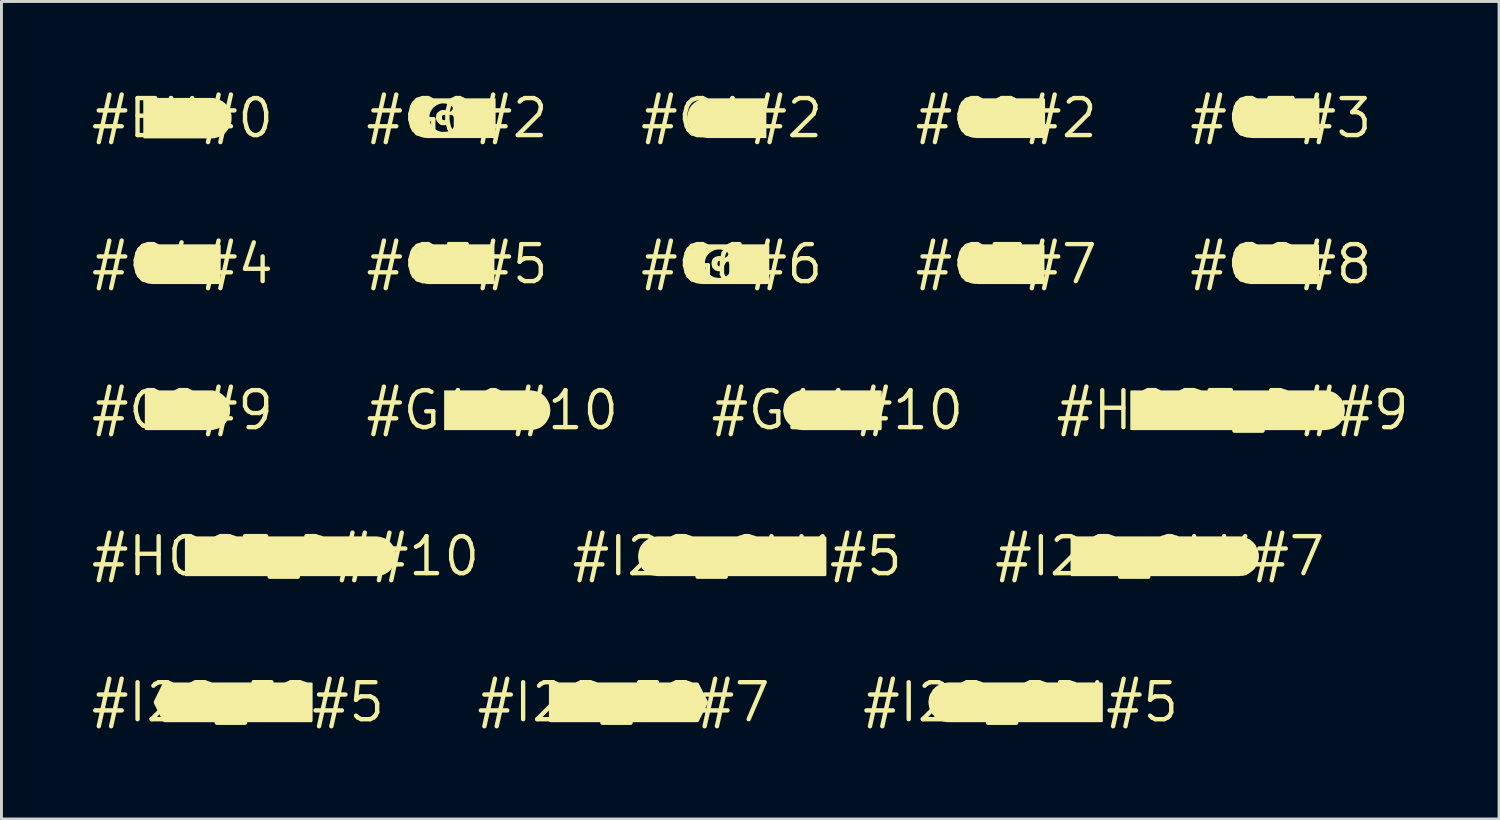
<source format=kicad_pcb>
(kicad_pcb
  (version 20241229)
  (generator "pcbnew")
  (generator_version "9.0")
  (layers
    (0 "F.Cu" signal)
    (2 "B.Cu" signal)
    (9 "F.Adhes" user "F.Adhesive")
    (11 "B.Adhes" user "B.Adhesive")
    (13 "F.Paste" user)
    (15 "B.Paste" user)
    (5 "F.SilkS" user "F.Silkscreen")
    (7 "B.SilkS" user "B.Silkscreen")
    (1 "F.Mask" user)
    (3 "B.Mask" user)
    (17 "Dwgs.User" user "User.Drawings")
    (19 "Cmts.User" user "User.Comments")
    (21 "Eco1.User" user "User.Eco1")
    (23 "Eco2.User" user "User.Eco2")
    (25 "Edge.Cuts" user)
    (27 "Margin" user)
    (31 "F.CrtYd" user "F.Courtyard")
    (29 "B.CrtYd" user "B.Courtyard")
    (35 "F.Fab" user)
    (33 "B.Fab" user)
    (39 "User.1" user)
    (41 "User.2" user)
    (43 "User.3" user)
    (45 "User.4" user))
  (footprint "#I2S_FS#7"
    (layer "F.Cu")
    (at 18.353 21.056)
    (property "Reference" "#I2S_FS#7" (at 0 0 0) (layer "F.SilkS") (effects (font (size 1.27 1.27) (thickness 0.15))))
    (fp_poly (pts (xy -2.186 -0.578) (xy -2.224 -0.682) (xy 2.52 -0.682) (xy 2.572 -0.662) (xy 2.882 -0.051) (xy 2.903 0.01) (xy 2.572 0.672) (xy 2.5 0.682) (xy -2.51 0.682) (xy -2.562 0.662) (xy -2.562 -0.62) (xy -2.552 -0.682) (xy -2.228 -0.682)) (stroke (width 0) (type solid)) (fill yes) (layer "F.SilkS")))
  (footprint "#G6#6"
    (layer "F.Cu")
    (at 22.063 6.019)
    (property "Reference" "#G6#6" (at 0 0 0) (layer "F.SilkS") (effects (font (size 1.27 1.27) (thickness 0.15))))
    (fp_poly (pts (xy -0.757 -0.39) (xy -0.798 -0.338) (xy -0.848 -0.289) (xy -0.878 -0.229) (xy -0.898 -0.169) (xy -0.917 -0.1) (xy -0.917 0.04) (xy -0.908 0.109) (xy -0.888 0.169) (xy -0.858 0.229) (xy -0.818 0.278) (xy -0.768 0.338) (xy -0.719 0.378) (xy -0.659 0.418) (xy -0.599 0.448) (xy -0.54 0.458) (xy -0.47 0.468) (xy -0.4 0.468) (xy -0.32 0.458) (xy -0.261 0.448) (xy -0.201 0.418) (xy -0.152 0.388) (xy -0.102 0.339) (xy -0.083 0.28) (xy -0.083 0.01) (xy -0.092 -0.059) (xy -0.121 -0.098) (xy -0.2 -0.117) (xy -0.41 -0.117) (xy -0.468 -0.098) (xy -0.487 -0.04) (xy -0.487 0.029) (xy -0.449 0.068) (xy -0.307 0.078) (xy -0.307 0.212) (xy -0.369 0.242) (xy -0.44 0.242) (xy -0.501 0.232) (xy -0.561 0.212) (xy -0.622 0.162) (xy -0.662 0.111) (xy -0.682 0.041) (xy -0.693 -0.02) (xy -0.682 -0.101) (xy -0.662 -0.161) (xy -0.622 -0.212) (xy -0.561 -0.252) (xy -0.501 -0.272) (xy -0.43 -0.283) (xy -0.359 -0.272) (xy -0.24 -0.213) (xy -0.191 -0.222) (xy -0.142 -0.281) (xy -0.113 -0.34) (xy -0.132 -0.398) (xy -0.191 -0.438) (xy -0.251 -0.468) (xy -0.321 -0.488) (xy -0.38 -0.507) (xy -0.45 -0.507) (xy -0.52 -0.498) (xy -0.579 -0.488) (xy -0.699 -0.428) (xy -0.751 -0.386) (xy -0.955 -0.682) (xy 1.282 -0.682) (xy 1.292 -0.63) (xy 1.292 0.662) (xy 1.24 0.682) (xy -0.99 0.682) (xy -1.06 0.672) (xy -1.121 0.662) (xy -1.191 0.642) (xy -1.251 0.612) (xy -1.311 0.582) (xy -1.371 0.542) (xy -1.422 0.502) (xy -1.462 0.452) (xy -1.512 0.391) (xy -1.542 0.341) (xy -1.572 0.281) (xy -1.602 0.211) (xy -1.622 0.151) (xy -1.633 0.08) (xy -1.633 -0.05) (xy -1.622 -0.12) (xy -1.612 -0.191) (xy -1.582 -0.251) (xy -1.562 -0.311) (xy -1.522 -0.371) (xy -1.482 -0.421) (xy -1.442 -0.482) (xy -1.391 -0.522) (xy -1.331 -0.562) (xy -1.281 -0.602) (xy -1.211 -0.632) (xy -1.151 -0.652) (xy -1.09 -0.662) (xy -1.02 -0.672) (xy -0.959 -0.683)) (stroke (width 0) (type solid)) (fill yes) (layer "F.SilkS")))
  (footprint "#G4#4"
    (layer "F.Cu")
    (at 3.213 6.019)
    (property "Reference" "#G4#4" (at 0 0 0) (layer "F.SilkS") (effects (font (size 1.27 1.27) (thickness 0.15))))
    (fp_poly (pts (xy -0.969 -0.682) (xy 1.26 -0.682) (xy 1.312 -0.662) (xy 1.312 0.63) (xy 1.292 0.682) (xy -1.01 0.682) (xy -1.08 0.672) (xy -1.141 0.662) (xy -1.211 0.642) (xy -1.271 0.612) (xy -1.331 0.582) (xy -1.382 0.542) (xy -1.432 0.492) (xy -1.482 0.452) (xy -1.522 0.391) (xy -1.562 0.341) (xy -1.592 0.281) (xy -1.622 0.211) (xy -1.632 0.15) (xy -1.642 0.08) (xy -1.653 0.01) (xy -1.653 -0.05) (xy -1.642 -0.121) (xy -1.622 -0.191) (xy -1.602 -0.251) (xy -1.572 -0.311) (xy -1.542 -0.371) (xy -1.502 -0.432) (xy -1.452 -0.482) (xy -1.402 -0.522) (xy -1.351 -0.562) (xy -1.291 -0.602) (xy -1.231 -0.632) (xy -1.171 -0.652) (xy -1.1 -0.672) (xy -1.03 -0.672) (xy -0.974 -0.682) (xy -0.975 -0.682) (xy -0.97 -0.682) (xy -0.969 -0.683)) (stroke (width 0) (type solid)) (fill yes) (layer "F.SilkS")))
  (footprint "#G2#2"
    (layer "F.Cu")
    (at 31.488 1.006)
    (property "Reference" "#G2#2" (at 0 0 0) (layer "F.SilkS") (effects (font (size 1.27 1.27) (thickness 0.15))))
    (fp_poly (pts (xy 1.333 -0.63) (xy 1.333 0.651) (xy 1.291 0.682) (xy -1.01 0.682) (xy -1.08 0.672) (xy -1.151 0.662) (xy -1.211 0.642) (xy -1.271 0.622) (xy -1.331 0.592) (xy -1.391 0.552) (xy -1.442 0.512) (xy -1.492 0.462) (xy -1.532 0.411) (xy -1.572 0.351) (xy -1.602 0.291) (xy -1.632 0.231) (xy -1.652 0.161) (xy -1.662 0.1) (xy -1.673 0.03) (xy -1.673 -0.04) (xy -1.662 -0.1) (xy -1.652 -0.171) (xy -1.632 -0.241) (xy -1.602 -0.301) (xy -1.572 -0.361) (xy -1.532 -0.412) (xy -1.492 -0.462) (xy -1.442 -0.512) (xy -1.381 -0.552) (xy -1.331 -0.592) (xy -1.271 -0.622) (xy -1.201 -0.642) (xy -1.141 -0.662) (xy -1.07 -0.672) (xy -1 -0.682) (xy 1.312 -0.682)) (stroke (width 0) (type solid)) (fill yes) (layer "F.SilkS")))
  (footprint "#G7#7"
    (layer "F.Cu")
    (at 31.488 6.019)
    (property "Reference" "#G7#7" (at 0 0 0) (layer "F.SilkS") (effects (font (size 1.27 1.27) (thickness 0.15))))
    (fp_poly (pts (xy 1.312 -0.651) (xy 1.312 0.641) (xy 1.281 0.682) (xy -0.96 0.682) (xy -1.03 0.672) (xy -1.1 0.672) (xy -1.161 0.652) (xy -1.231 0.632) (xy -1.291 0.602) (xy -1.351 0.562) (xy -1.402 0.522) (xy -1.452 0.482) (xy -1.502 0.432) (xy -1.542 0.371) (xy -1.572 0.311) (xy -1.602 0.251) (xy -1.622 0.191) (xy -1.643 0.12) (xy -1.643 0.05) (xy -1.653 -0.01) (xy -1.642 -0.08) (xy -1.632 -0.151) (xy -1.612 -0.211) (xy -1.592 -0.281) (xy -1.562 -0.341) (xy -1.522 -0.391) (xy -1.482 -0.452) (xy -1.432 -0.502) (xy -1.381 -0.542) (xy -1.321 -0.582) (xy -1.261 -0.612) (xy -1.201 -0.642) (xy -1.141 -0.662) (xy -1.07 -0.672) (xy -1 -0.682) (xy 1.271 -0.682)) (stroke (width 0) (type solid)) (fill yes) (layer "F.SilkS")))
  (footprint "#G11#10"
    (layer "F.Cu")
    (at 25.691 11.031)
    (property "Reference" "#G11#10" (at 0 0 0) (layer "F.SilkS") (effects (font (size 1.27 1.27) (thickness 0.15))))
    (fp_poly (pts (xy 1.522 -0.662) (xy 1.522 0.63) (xy 1.502 0.682) (xy -1.22 0.682) (xy -1.28 0.672) (xy -1.351 0.662) (xy -1.421 0.632) (xy -1.481 0.612) (xy -1.541 0.572) (xy -1.592 0.542) (xy -1.642 0.492) (xy -1.692 0.442) (xy -1.732 0.391) (xy -1.772 0.331) (xy -1.802 0.271) (xy -1.822 0.211) (xy -1.842 0.141) (xy -1.852 0.08) (xy -1.863 0.01) (xy -1.852 -0.06) (xy -1.842 -0.13) (xy -1.832 -0.191) (xy -1.812 -0.261) (xy -1.782 -0.321) (xy -1.742 -0.381) (xy -1.702 -0.432) (xy -1.662 -0.482) (xy -1.602 -0.532) (xy -1.551 -0.572) (xy -1.491 -0.602) (xy -1.431 -0.632) (xy -1.371 -0.652) (xy -1.301 -0.672) (xy -1.23 -0.682) (xy 1.47 -0.682)) (stroke (width 0) (type solid)) (fill yes) (layer "F.SilkS")))
  (footprint "#I2S_CLK#7"
    (layer "F.Cu")
    (at 36.758 16.043)
    (property "Reference" "#I2S_CLK#7" (at 0 0 0) (layer "F.SilkS") (effects (font (size 1.27 1.27) (thickness 0.15))))
    (fp_poly (pts (xy 2.83 -0.672) (xy 2.891 -0.662) (xy 2.961 -0.642) (xy 3.021 -0.612) (xy 3.081 -0.582) (xy 3.132 -0.542) (xy 3.192 -0.492) (xy 3.232 -0.452) (xy 3.282 -0.391) (xy 3.372 -0.211) (xy 3.382 -0.151) (xy 3.402 -0.08) (xy 3.402 0.06) (xy 3.392 0.121) (xy 3.372 0.191) (xy 3.352 0.251) (xy 3.322 0.311) (xy 3.292 0.371) (xy 3.252 0.432) (xy 3.202 0.482) (xy 3.152 0.522) (xy 3.101 0.562) (xy 3.041 0.602) (xy 2.981 0.632) (xy 2.921 0.652) (xy 2.85 0.672) (xy 2.78 0.672) (xy 2.72 0.682) (xy -3.042 0.682) (xy -3.062 0.63) (xy -3.062 -0.651) (xy -3.021 -0.682) (xy 2.76 -0.682)) (stroke (width 0) (type solid)) (fill yes) (layer "F.SilkS")))
  (footprint "#HOST_D##9"
    (layer "F.Cu")
    (at 39.259 11.031)
    (property "Reference" "#HOST_D##9" (at 0 0 0) (layer "F.SilkS") (effects (font (size 1.27 1.27) (thickness 0.15))))
    (fp_poly (pts (xy 3.26 -0.672) (xy 3.331 -0.662) (xy 3.391 -0.642) (xy 3.451 -0.622) (xy 3.511 -0.592) (xy 3.571 -0.552) (xy 3.622 -0.512) (xy 3.722 -0.411) (xy 3.752 -0.351) (xy 3.792 -0.291) (xy 3.812 -0.231) (xy 3.832 -0.161) (xy 3.842 -0.1) (xy 3.853 -0.03) (xy 3.853 0.04) (xy 3.842 0.11) (xy 3.832 0.171) (xy 3.812 0.241) (xy 3.782 0.301) (xy 3.752 0.361) (xy 3.712 0.412) (xy 3.672 0.462) (xy 3.622 0.512) (xy 3.561 0.552) (xy 3.511 0.592) (xy 3.451 0.622) (xy 3.381 0.642) (xy 3.321 0.662) (xy 3.25 0.672) (xy 3.18 0.682) (xy -3.45 0.682) (xy -3.513 0.672) (xy -3.513 -0.62) (xy -3.502 -0.682) (xy 3.19 -0.682)) (stroke (width 0) (type solid)) (fill yes) (layer "F.SilkS")))
  (footprint "#HOST_D##10"
    (layer "F.Cu")
    (at 6.75 16.043)
    (property "Reference" "#HOST_D##10" (at 0 0 0) (layer "F.SilkS") (effects (font (size 1.27 1.27) (thickness 0.15))))
    (fp_poly (pts (xy 3.19 -0.672) (xy 3.261 -0.662) (xy 3.321 -0.642) (xy 3.391 -0.622) (xy 3.451 -0.592) (xy 3.501 -0.552) (xy 3.562 -0.512) (xy 3.612 -0.462) (xy 3.652 -0.412) (xy 3.692 -0.361) (xy 3.722 -0.301) (xy 3.752 -0.231) (xy 3.772 -0.171) (xy 3.782 -0.1) (xy 3.792 -0.04) (xy 3.792 0.03) (xy 3.782 0.1) (xy 3.772 0.171) (xy 3.752 0.231) (xy 3.722 0.291) (xy 3.692 0.351) (xy 3.652 0.411) (xy 3.612 0.462) (xy 3.562 0.512) (xy 3.511 0.552) (xy 3.451 0.592) (xy 3.391 0.622) (xy 3.331 0.642) (xy 3.261 0.662) (xy 3.2 0.672) (xy 3.13 0.682) (xy -3.453 0.682) (xy -3.453 -0.672) (xy -3.39 -0.682) (xy 3.12 -0.682)) (stroke (width 0) (type solid)) (fill yes) (layer "F.SilkS")))
  (footprint "#G0#2"
    (layer "F.Cu")
    (at 12.638 1.006)
    (property "Reference" "#G0#2" (at 0 0 0) (layer "F.SilkS") (effects (font (size 1.27 1.27) (thickness 0.15))))
    (fp_poly (pts (xy -0.746 -0.41) (xy -0.808 -0.368) (xy -0.848 -0.319) (xy -0.888 -0.259) (xy -0.918 -0.209) (xy -0.938 -0.139) (xy -0.948 -0.07) (xy -0.948 -0.000179) (xy -0.938 0.07) (xy -0.928 0.129) (xy -0.908 0.189) (xy -0.868 0.249) (xy -0.828 0.298) (xy -0.729 0.398) (xy -0.669 0.428) (xy -0.609 0.448) (xy -0.54 0.468) (xy -0.4 0.468) (xy -0.331 0.458) (xy -0.261 0.438) (xy -0.211 0.408) (xy -0.162 0.368) (xy -0.122 0.319) (xy -0.113 0.25) (xy -0.113 -0.018) (xy -0.133 -0.02) (xy -0.113 -0.022) (xy -0.132 -0.078) (xy -0.181 -0.108) (xy -0.25 -0.117) (xy -0.39 -0.117) (xy -0.469 -0.108) (xy -0.517 -0.079) (xy -0.517 -0.01) (xy -0.508 0.048) (xy -0.45 0.068) (xy -0.379 0.068) (xy -0.338 0.099) (xy -0.338 0.17) (xy -0.358 0.222) (xy -0.42 0.242) (xy -0.49 0.242) (xy -0.561 0.232) (xy -0.612 0.192) (xy -0.662 0.142) (xy -0.702 0.091) (xy -0.723 0.02) (xy -0.723 -0.05) (xy -0.712 -0.121) (xy -0.682 -0.182) (xy -0.631 -0.222) (xy -0.571 -0.262) (xy -0.51 -0.282) (xy -0.44 -0.282) (xy -0.369 -0.262) (xy -0.309 -0.222) (xy -0.25 -0.213) (xy -0.202 -0.242) (xy -0.152 -0.301) (xy -0.143 -0.359) (xy -0.192 -0.418) (xy -0.241 -0.448) (xy -0.311 -0.478) (xy -0.371 -0.498) (xy -0.44 -0.507) (xy -0.5 -0.507) (xy -0.569 -0.498) (xy -0.629 -0.478) (xy -0.751 -0.417) (xy -0.986 -0.682) (xy 1.323 -0.682) (xy 1.323 0.672) (xy 1.26 0.682) (xy -1.04 0.682) (xy -1.111 0.672) (xy -1.171 0.652) (xy -1.241 0.632) (xy -1.301 0.602) (xy -1.361 0.572) (xy -1.412 0.532) (xy -1.512 0.432) (xy -1.552 0.381) (xy -1.582 0.321) (xy -1.612 0.261) (xy -1.632 0.191) (xy -1.652 0.131) (xy -1.663 0.06) (xy -1.663 -0.07) (xy -1.652 -0.141) (xy -1.632 -0.211) (xy -1.612 -0.271) (xy -1.582 -0.331) (xy -1.542 -0.391) (xy -1.502 -0.442) (xy -1.452 -0.492) (xy -1.402 -0.532) (xy -1.351 -0.572) (xy -1.291 -0.612) (xy -1.221 -0.632) (xy -1.161 -0.652) (xy -1.091 -0.672) (xy -1.03 -0.682) (xy -0.989 -0.682)) (stroke (width 0) (type solid)) (fill yes) (layer "F.SilkS")))
  (footprint "#EN#0"
    (layer "F.Cu")
    (at 3.213 1.006)
    (property "Reference" "#EN#0" (at 0 0 0) (layer "F.SilkS") (effects (font (size 1.27 1.27) (thickness 0.15))))
    (fp_poly (pts (xy 1.113 -0.685) (xy 1.174 -0.664) (xy 1.245 -0.644) (xy 1.307 -0.613) (xy 1.368 -0.583) (xy 1.419 -0.542) (xy 1.47 -0.501) (xy 1.522 -0.45) (xy 1.562 -0.389) (xy 1.603 -0.338) (xy 1.634 -0.275) (xy 1.654 -0.204) (xy 1.675 -0.143) (xy 1.685 -0.071) (xy 1.685 0.061) (xy 1.675 0.133) (xy 1.654 0.204) (xy 1.634 0.266) (xy 1.603 0.328) (xy 1.562 0.389) (xy 1.522 0.439) (xy 1.481 0.49) (xy 1.43 0.542) (xy 1.368 0.583) (xy 1.307 0.613) (xy 1.246 0.644) (xy 1.184 0.664) (xy 1.113 0.685) (xy 1.041 0.695) (xy -1.333 0.695) (xy -1.345 0.621) (xy -1.345 -0.683) (xy -1.271 -0.695) (xy 1.041 -0.695)) (stroke (width 0) (type solid)) (fill yes) (layer "F.SilkS")))
  (footprint "#G8#8"
    (layer "F.Cu")
    (at 40.913 6.019)
    (property "Reference" "#G8#8" (at 0 0 0) (layer "F.SilkS") (effects (font (size 1.27 1.27) (thickness 0.15))))
    (fp_poly (pts (xy 1.312 -0.651) (xy 1.312 0.641) (xy 1.281 0.682) (xy -1.02 0.682) (xy -1.091 0.672) (xy -1.151 0.652) (xy -1.221 0.632) (xy -1.281 0.602) (xy -1.341 0.572) (xy -1.392 0.532) (xy -1.492 0.432) (xy -1.532 0.381) (xy -1.572 0.321) (xy -1.592 0.261) (xy -1.622 0.201) (xy -1.632 0.13) (xy -1.642 0.06) (xy -1.653 0.000029) (xy -1.642 -0.07) (xy -1.632 -0.141) (xy -1.612 -0.201) (xy -1.592 -0.271) (xy -1.562 -0.331) (xy -1.532 -0.391) (xy -1.482 -0.442) (xy -1.442 -0.492) (xy -1.391 -0.532) (xy -1.271 -0.612) (xy -1.211 -0.632) (xy -1.151 -0.652) (xy -1.081 -0.672) (xy -1.01 -0.682) (xy 1.271 -0.682)) (stroke (width 0) (type solid)) (fill yes) (layer "F.SilkS")))
  (footprint "#I2S_FS#5"
    (layer "F.Cu")
    (at 5.118 21.056)
    (property "Reference" "#I2S_FS#5" (at 0 0 0) (layer "F.SilkS") (effects (font (size 1.27 1.27) (thickness 0.15))))
    (fp_poly (pts (xy -2.186 -0.578) (xy -2.224 -0.682) (xy 2.521 -0.682) (xy 2.562 -0.662) (xy 2.562 0.63) (xy 2.542 0.682) (xy -2.531 0.682) (xy -2.582 0.642) (xy -2.882 0.041) (xy -2.893 -0.02) (xy -2.592 -0.631) (xy -2.551 -0.682) (xy -2.228 -0.682)) (stroke (width 0) (type solid)) (fill yes) (layer "F.SilkS")))
  (footprint "#G10#10"
    (layer "F.Cu")
    (at 13.847 11.031)
    (property "Reference" "#G10#10" (at 0 0 0) (layer "F.SilkS") (effects (font (size 1.27 1.27) (thickness 0.15))))
    (fp_poly (pts (xy 1.4 -0.672) (xy 1.461 -0.662) (xy 1.531 -0.642) (xy 1.591 -0.622) (xy 1.651 -0.592) (xy 1.711 -0.552) (xy 1.762 -0.512) (xy 1.812 -0.462) (xy 1.852 -0.411) (xy 1.892 -0.351) (xy 1.922 -0.291) (xy 1.952 -0.231) (xy 1.972 -0.171) (xy 1.982 -0.1) (xy 1.992 -0.03) (xy 1.992 0.03) (xy 1.982 0.1) (xy 1.972 0.171) (xy 1.952 0.231) (xy 1.922 0.301) (xy 1.892 0.351) (xy 1.852 0.411) (xy 1.812 0.462) (xy 1.762 0.512) (xy 1.711 0.552) (xy 1.651 0.592) (xy 1.591 0.622) (xy 1.531 0.642) (xy 1.461 0.662) (xy 1.39 0.672) (xy 1.33 0.682) (xy -1.653 0.682) (xy -1.653 -0.682) (xy 1.33 -0.682)) (stroke (width 0) (type solid)) (fill yes) (layer "F.SilkS")))
  (footprint "#G1#2"
    (layer "F.Cu")
    (at 22.063 1.006)
    (property "Reference" "#G1#2" (at 0 0 0) (layer "F.SilkS") (effects (font (size 1.27 1.27) (thickness 0.15))))
    (fp_poly (pts (xy 1.192 0.682) (xy -0.85 0.682) (xy -0.91 0.672) (xy -0.98 0.662) (xy -1.051 0.652) (xy -1.111 0.632) (xy -1.171 0.602) (xy -1.231 0.562) (xy -1.282 0.522) (xy -1.382 0.422) (xy -1.422 0.371) (xy -1.452 0.311) (xy -1.482 0.251) (xy -1.502 0.181) (xy -1.522 0.121) (xy -1.532 0.05) (xy -1.532 -0.02) (xy -1.522 -0.09) (xy -1.512 -0.151) (xy -1.492 -0.221) (xy -1.472 -0.281) (xy -1.442 -0.341) (xy -1.402 -0.401) (xy -1.362 -0.452) (xy -1.312 -0.502) (xy -1.261 -0.542) (xy -1.201 -0.582) (xy -1.141 -0.612) (xy -1.081 -0.642) (xy -1.011 -0.662) (xy -0.95 -0.672) (xy -0.88 -0.682) (xy 1.192 -0.682)) (stroke (width 0) (type solid)) (fill yes) (layer "F.SilkS")))
  (footprint "#G5#5"
    (layer "F.Cu")
    (at 12.638 6.019)
    (property "Reference" "#G5#5" (at 0 0 0) (layer "F.SilkS") (effects (font (size 1.27 1.27) (thickness 0.15))))
    (fp_poly (pts (xy 1.282 -0.672) (xy 1.282 0.62) (xy 1.272 0.682) (xy -0.96 0.682) (xy -1.03 0.672) (xy -1.091 0.662) (xy -1.161 0.642) (xy -1.221 0.622) (xy -1.281 0.592) (xy -1.341 0.552) (xy -1.392 0.512) (xy -1.442 0.462) (xy -1.482 0.411) (xy -1.522 0.351) (xy -1.552 0.291) (xy -1.582 0.231) (xy -1.602 0.171) (xy -1.612 0.1) (xy -1.623 0.03) (xy -1.623 -0.03) (xy -1.612 -0.1) (xy -1.602 -0.171) (xy -1.582 -0.231) (xy -1.552 -0.301) (xy -1.522 -0.351) (xy -1.482 -0.411) (xy -1.442 -0.462) (xy -1.392 -0.512) (xy -1.341 -0.552) (xy -1.281 -0.592) (xy -1.221 -0.622) (xy -1.161 -0.642) (xy -1.091 -0.662) (xy -1.02 -0.672) (xy -0.96 -0.682) (xy 1.22 -0.682)) (stroke (width 0) (type solid)) (fill yes) (layer "F.SilkS")))
  (footprint "#G3#3"
    (layer "F.Cu")
    (at 40.913 1.006)
    (property "Reference" "#G3#3" (at 0 0 0) (layer "F.SilkS") (effects (font (size 1.27 1.27) (thickness 0.15))))
    (fp_poly (pts (xy -0.906 -0.577) (xy -0.985 -0.682) (xy 1.323 -0.682) (xy 1.323 0.682) (xy -0.98 0.682) (xy -1.05 0.672) (xy -1.12 0.662) (xy -1.181 0.652) (xy -1.251 0.632) (xy -1.311 0.602) (xy -1.371 0.562) (xy -1.422 0.522) (xy -1.472 0.472) (xy -1.512 0.422) (xy -1.552 0.371) (xy -1.592 0.311) (xy -1.622 0.251) (xy -1.642 0.181) (xy -1.652 0.12) (xy -1.663 0.05) (xy -1.663 -0.09) (xy -1.652 -0.151) (xy -1.632 -0.221) (xy -1.602 -0.281) (xy -1.572 -0.341) (xy -1.532 -0.401) (xy -1.492 -0.452) (xy -1.442 -0.502) (xy -1.392 -0.542) (xy -1.341 -0.582) (xy -1.281 -0.612) (xy -1.211 -0.642) (xy -1.151 -0.662) (xy -1.08 -0.672) (xy -1.01 -0.682) (xy -0.989 -0.682)) (stroke (width 0) (type solid)) (fill yes) (layer "F.SilkS")))
  (footprint "#G9#9"
    (layer "F.Cu")
    (at 3.213 11.031)
    (property "Reference" "#G9#9" (at 0 0 0) (layer "F.SilkS") (effects (font (size 1.27 1.27) (thickness 0.15))))
    (fp_poly (pts (xy -0.877 -0.565) (xy -0.955 -0.682) (xy 1.01 -0.682) (xy 1.071 -0.672) (xy 1.141 -0.652) (xy 1.201 -0.632) (xy 1.271 -0.602) (xy 1.321 -0.572) (xy 1.382 -0.532) (xy 1.482 -0.432) (xy 1.522 -0.381) (xy 1.552 -0.321) (xy 1.582 -0.261) (xy 1.602 -0.201) (xy 1.622 -0.131) (xy 1.633 -0.06) (xy 1.633 0.07) (xy 1.622 0.141) (xy 1.602 0.201) (xy 1.582 0.271) (xy 1.552 0.331) (xy 1.512 0.391) (xy 1.472 0.442) (xy 1.422 0.492) (xy 1.372 0.532) (xy 1.321 0.572) (xy 1.261 0.612) (xy 1.201 0.632) (xy 1.131 0.652) (xy 1.071 0.672) (xy 1 0.682) (xy -1.23 0.682) (xy -1.292 0.672) (xy -1.292 -0.682) (xy -0.959 -0.682)) (stroke (width 0) (type solid)) (fill yes) (layer "F.SilkS")))
  (footprint "#I2S_SDI#5"
    (layer "F.Cu")
    (at 31.981 21.056)
    (property "Reference" "#I2S_SDI#5" (at 0 0 0) (layer "F.SilkS") (effects (font (size 1.27 1.27) (thickness 0.15))))
    (fp_poly (pts (xy -2.57 0.672) (xy -2.641 0.662) (xy -2.711 0.642) (xy -2.831 0.582) (xy -2.881 0.552) (xy -2.942 0.502) (xy -2.982 0.452) (xy -3.032 0.402) (xy -3.062 0.351) (xy -3.102 0.291) (xy -3.122 0.221) (xy -3.142 0.161) (xy -3.152 0.09) (xy -3.163 0.02) (xy -3.163 -0.04) (xy -3.152 -0.11) (xy -3.142 -0.181) (xy -3.122 -0.241) (xy -3.092 -0.301) (xy -3.052 -0.361) (xy -3.022 -0.421) (xy -2.922 -0.522) (xy -2.871 -0.562) (xy -2.811 -0.592) (xy -2.751 -0.622) (xy -2.691 -0.652) (xy -2.62 -0.662) (xy -2.55 -0.672) (xy -2.49 -0.682) (xy 2.802 -0.682) (xy 2.822 -0.63) (xy 2.822 0.662) (xy 2.781 0.682) (xy -2.51 0.682)) (stroke (width 0) (type solid)) (fill yes) (layer "F.SilkS")))
  (footprint "#I2S_CLK#5"
    (layer "F.Cu")
    (at 22.253 16.043)
    (property "Reference" "#I2S_CLK#5" (at 0 0 0) (layer "F.SilkS") (effects (font (size 1.27 1.27) (thickness 0.15))))
    (fp_poly (pts (xy 3.062 -0.641) (xy 3.062 0.651) (xy 3.031 0.682) (xy -2.73 0.682) (xy -2.8 0.672) (xy -2.86 0.662) (xy -2.931 0.652) (xy -2.991 0.622) (xy -3.051 0.592) (xy -3.111 0.562) (xy -3.162 0.522) (xy -3.262 0.422) (xy -3.302 0.361) (xy -3.332 0.301) (xy -3.362 0.241) (xy -3.382 0.181) (xy -3.392 0.11) (xy -3.402 0.04) (xy -3.402 -0.02) (xy -3.392 -0.09) (xy -3.382 -0.161) (xy -3.362 -0.221) (xy -3.342 -0.291) (xy -3.312 -0.351) (xy -3.272 -0.402) (xy -3.232 -0.452) (xy -3.182 -0.502) (xy -3.131 -0.542) (xy -3.071 -0.582) (xy -3.011 -0.612) (xy -2.951 -0.642) (xy -2.881 -0.662) (xy -2.82 -0.672) (xy -2.75 -0.682) (xy 3.031 -0.682)) (stroke (width 0) (type solid)) (fill yes) (layer "F.SilkS")))
  (gr_rect
    (start -3 -3)
    (end 48.404 25.062)
    (stroke (width 0.1) (type default))
    (fill no)
    (layer "Edge.Cuts")))
</source>
